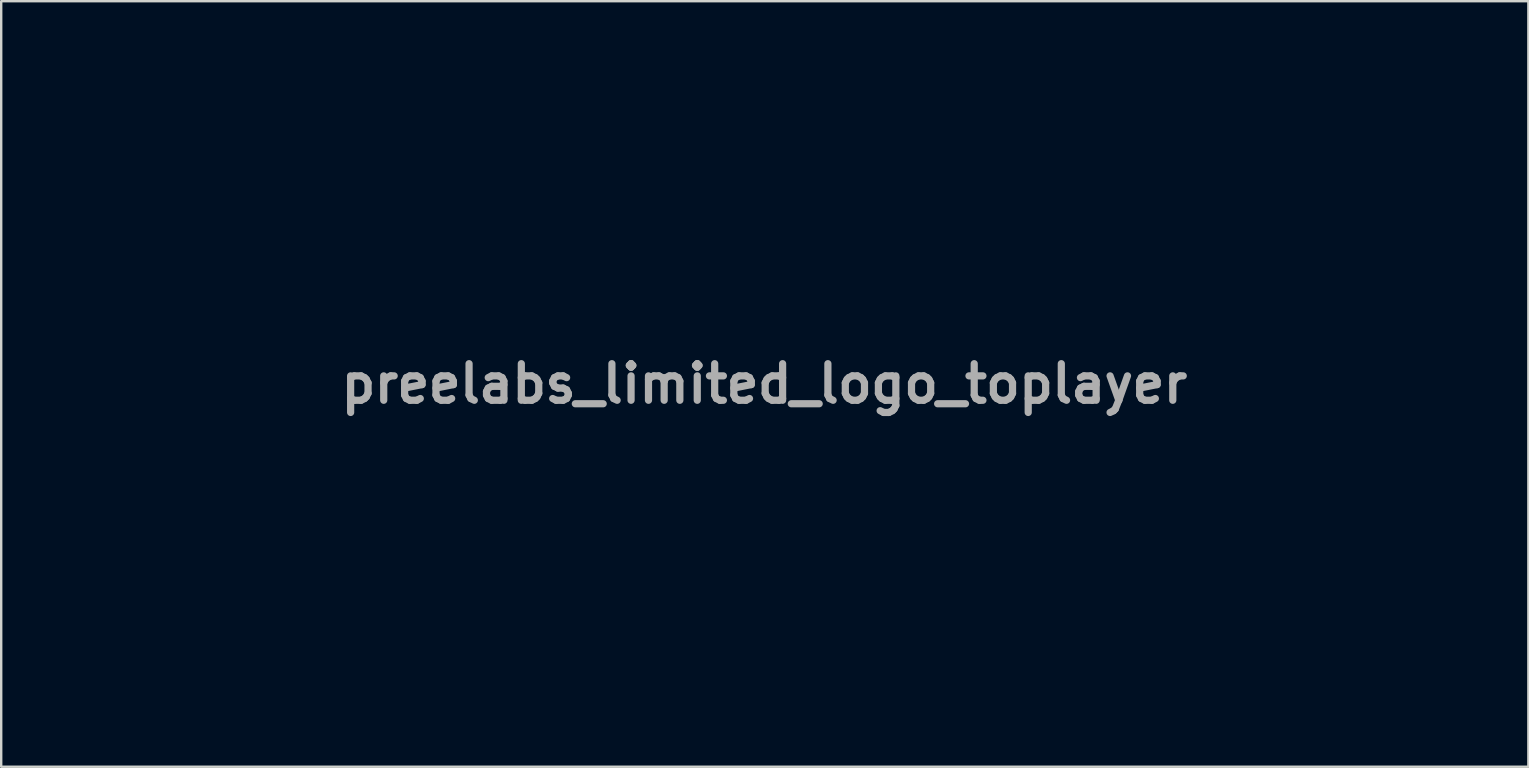
<source format=kicad_pcb>
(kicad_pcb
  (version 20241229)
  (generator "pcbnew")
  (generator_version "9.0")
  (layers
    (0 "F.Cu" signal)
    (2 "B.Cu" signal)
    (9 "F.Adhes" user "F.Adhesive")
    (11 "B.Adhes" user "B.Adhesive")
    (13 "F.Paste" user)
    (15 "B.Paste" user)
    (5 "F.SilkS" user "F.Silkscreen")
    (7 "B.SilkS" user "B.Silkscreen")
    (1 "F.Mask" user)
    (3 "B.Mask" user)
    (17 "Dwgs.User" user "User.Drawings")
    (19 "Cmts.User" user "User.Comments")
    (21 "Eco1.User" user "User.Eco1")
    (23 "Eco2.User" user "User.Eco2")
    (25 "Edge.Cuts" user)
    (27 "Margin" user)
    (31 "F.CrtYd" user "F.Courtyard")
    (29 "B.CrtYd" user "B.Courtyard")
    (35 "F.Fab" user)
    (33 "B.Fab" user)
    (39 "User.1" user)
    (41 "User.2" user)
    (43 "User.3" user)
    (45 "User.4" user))
  (footprint "preelabs_limited_logo_toplayer"
    (layer "F.Cu")
    (at 28.794 12.937)
    (property "Reference" "preelabs_limited_logo_toplayer" (at 0 0 0) (layer "F.Fab") (effects (font (size 1.524 1.524) (thickness 0.3))))
    (attr through_hole)
    (fp_poly (pts (xy -1.234 -6.723) (xy -1.221 -6.705) (xy -1 -6.295) (xy -0.87 -5.855) (xy -0.847 -5.612) (xy -0.875 -5.42) (xy -0.946 -5.161) (xy -1.043 -4.882) (xy -1.147 -4.631) (xy -1.241 -4.456) (xy -1.299 -4.403) (xy -1.366 -4.465) (xy -1.458 -4.593) (xy -1.696 -5.101) (xy -1.765 -5.626) (xy -1.666 -6.169) (xy -1.563 -6.428) (xy -1.442 -6.679) (xy -1.365 -6.797) (xy -1.304 -6.805) (xy -1.234 -6.723)) (stroke (width 0.01) (type solid)) (fill yes) (layer "F.Mask"))
    (fp_poly (pts (xy 18.8 10.521) (xy 18.836 10.585) (xy 18.86 10.729) (xy 18.874 10.977) (xy 18.88 11.352) (xy 18.881 11.72) (xy 18.878 12.209) (xy 18.869 12.553) (xy 18.852 12.775) (xy 18.823 12.899) (xy 18.78 12.949) (xy 18.754 12.954) (xy 18.651 12.88) (xy 18.624 12.742) (xy 18.616 12.061) (xy 18.614 11.53) (xy 18.62 11.133) (xy 18.634 10.851) (xy 18.657 10.666) (xy 18.691 10.561) (xy 18.737 10.517) (xy 18.747 10.514) (xy 18.8 10.521)) (stroke (width 0.01) (type solid)) (fill yes) (layer "F.Mask"))
    (fp_poly (pts (xy -3.271 -8.112) (xy -2.879 -7.945) (xy -2.579 -7.696) (xy -2.506 -7.594) (xy -2.495 -7.434) (xy -2.617 -7.255) (xy -2.836 -7.078) (xy -3.119 -6.925) (xy -3.435 -6.818) (xy -3.749 -6.777) (xy -3.768 -6.778) (xy -3.956 -6.808) (xy -4.207 -6.878) (xy -4.263 -6.897) (xy -4.541 -7.03) (xy -4.785 -7.203) (xy -4.95 -7.381) (xy -4.995 -7.5) (xy -4.924 -7.644) (xy -4.74 -7.816) (xy -4.49 -7.981) (xy -4.218 -8.106) (xy -4.135 -8.132) (xy -3.706 -8.179) (xy -3.271 -8.112)) (stroke (width 0.01) (type solid)) (fill yes) (layer "F.Mask"))
    (fp_poly (pts (xy 1.555 -8.112) (xy 1.947 -7.945) (xy 2.247 -7.696) (xy 2.32 -7.594) (xy 2.331 -7.434) (xy 2.209 -7.255) (xy 1.99 -7.078) (xy 1.707 -6.925) (xy 1.391 -6.818) (xy 1.077 -6.777) (xy 1.058 -6.778) (xy 0.87 -6.808) (xy 0.619 -6.878) (xy 0.563 -6.897) (xy 0.285 -7.03) (xy 0.041 -7.203) (xy -0.124 -7.381) (xy -0.169 -7.5) (xy -0.098 -7.644) (xy 0.086 -7.816) (xy 0.336 -7.981) (xy 0.608 -8.106) (xy 0.691 -8.132) (xy 1.12 -8.179) (xy 1.555 -8.112)) (stroke (width 0.01) (type solid)) (fill yes) (layer "F.Mask"))
    (fp_poly (pts (xy 16.834 10.508) (xy 16.882 10.556) (xy 16.911 10.668) (xy 16.927 10.874) (xy 16.932 11.2) (xy 16.933 11.553) (xy 16.933 12.608) (xy 17.546 12.633) (xy 17.874 12.653) (xy 18.067 12.687) (xy 18.161 12.744) (xy 18.187 12.806) (xy 18.184 12.875) (xy 18.124 12.918) (xy 17.976 12.942) (xy 17.712 12.952) (xy 17.405 12.954) (xy 16.595 12.954) (xy 16.595 11.726) (xy 16.596 11.248) (xy 16.602 10.913) (xy 16.616 10.696) (xy 16.642 10.572) (xy 16.683 10.515) (xy 16.743 10.499) (xy 16.764 10.499) (xy 16.834 10.508)) (stroke (width 0.01) (type solid)) (fill yes) (layer "F.Mask"))
    (fp_poly (pts (xy 22.503 10.507) (xy 22.549 10.55) (xy 22.579 10.652) (xy 22.596 10.84) (xy 22.604 11.139) (xy 22.606 11.574) (xy 22.606 11.726) (xy 22.605 12.205) (xy 22.599 12.54) (xy 22.585 12.757) (xy 22.559 12.881) (xy 22.518 12.938) (xy 22.458 12.954) (xy 22.437 12.954) (xy 22.371 12.945) (xy 22.324 12.903) (xy 22.295 12.8) (xy 22.277 12.613) (xy 22.27 12.314) (xy 22.267 11.879) (xy 22.267 11.726) (xy 22.269 11.248) (xy 22.274 10.913) (xy 22.289 10.696) (xy 22.314 10.572) (xy 22.356 10.515) (xy 22.416 10.499) (xy 22.437 10.499) (xy 22.503 10.507)) (stroke (width 0.01) (type solid)) (fill yes) (layer "F.Mask"))
    (fp_poly (pts (xy 24.261 10.501) (xy 24.508 10.512) (xy 24.647 10.538) (xy 24.708 10.585) (xy 24.723 10.659) (xy 24.723 10.668) (xy 24.694 10.779) (xy 24.579 10.828) (xy 24.384 10.837) (xy 24.045 10.837) (xy 24.045 11.896) (xy 24.044 12.335) (xy 24.036 12.632) (xy 24.018 12.815) (xy 23.985 12.912) (xy 23.933 12.949) (xy 23.876 12.954) (xy 23.806 12.944) (xy 23.758 12.897) (xy 23.729 12.785) (xy 23.713 12.58) (xy 23.708 12.255) (xy 23.707 11.896) (xy 23.707 10.837) (xy 23.368 10.837) (xy 23.146 10.823) (xy 23.049 10.766) (xy 23.029 10.668) (xy 23.041 10.591) (xy 23.096 10.542) (xy 23.226 10.514) (xy 23.46 10.502) (xy 23.831 10.499) (xy 23.876 10.499) (xy 24.261 10.501)) (stroke (width 0.01) (type solid)) (fill yes) (layer "F.Mask"))
    (fp_poly (pts (xy 25.845 10.517) (xy 26.225 10.534) (xy 26.463 10.56) (xy 26.588 10.6) (xy 26.627 10.661) (xy 26.628 10.668) (xy 26.589 10.738) (xy 26.454 10.783) (xy 26.194 10.811) (xy 26.014 10.82) (xy 25.4 10.845) (xy 25.4 11.599) (xy 25.908 11.599) (xy 26.206 11.61) (xy 26.365 11.646) (xy 26.416 11.715) (xy 26.416 11.722) (xy 26.364 11.8) (xy 26.19 11.847) (xy 25.929 11.87) (xy 25.442 11.896) (xy 25.416 12.255) (xy 25.39 12.615) (xy 25.974 12.615) (xy 26.323 12.622) (xy 26.53 12.648) (xy 26.622 12.702) (xy 26.626 12.794) (xy 26.613 12.835) (xy 26.543 12.896) (xy 26.374 12.933) (xy 26.079 12.951) (xy 25.814 12.954) (xy 25.061 12.954) (xy 25.061 10.492) (xy 25.845 10.517)) (stroke (width 0.01) (type solid)) (fill yes) (layer "F.Mask"))
    (fp_poly (pts (xy -16.679 1.194) (xy -16.663 1.372) (xy -16.598 1.416) (xy -16.531 1.396) (xy -16.079 1.216) (xy -15.725 1.096) (xy -15.417 1.024) (xy -15.101 0.989) (xy -14.723 0.978) (xy -14.647 0.977) (xy -14.222 0.984) (xy -13.91 1.014) (xy -13.654 1.075) (xy -13.405 1.173) (xy -13.131 1.313) (xy -12.905 1.458) (xy -12.817 1.535) (xy -12.756 1.614) (xy -12.744 1.693) (xy -12.797 1.798) (xy -12.931 1.957) (xy -13.162 2.196) (xy -13.291 2.326) (xy -13.572 2.606) (xy -13.763 2.78) (xy -13.891 2.866) (xy -13.983 2.882) (xy -14.068 2.845) (xy -14.088 2.831) (xy -14.294 2.755) (xy -14.616 2.715) (xy -14.772 2.711) (xy -15.341 2.789) (xy -15.831 3.014) (xy -16.231 3.381) (xy -16.38 3.591) (xy -16.637 4.008) (xy -16.662 6.449) (xy -16.687 8.89) (xy -18.455 8.89) (xy -18.5 2.159) (xy -19.458 2.074) (xy -18.776 0.931) (xy -16.679 0.931) (xy -16.679 1.194)) (stroke (width 0.01) (type solid)) (fill yes) (layer "F.Mask"))
    (fp_poly (pts (xy 27.728 10.512) (xy 28.07 10.537) (xy 28.295 10.579) (xy 28.453 10.654) (xy 28.595 10.776) (xy 28.709 10.903) (xy 28.778 11.033) (xy 28.813 11.212) (xy 28.826 11.486) (xy 28.828 11.725) (xy 28.824 12.081) (xy 28.805 12.314) (xy 28.759 12.469) (xy 28.675 12.592) (xy 28.597 12.674) (xy 28.442 12.805) (xy 28.266 12.881) (xy 28.013 12.922) (xy 27.793 12.938) (xy 27.495 12.945) (xy 27.266 12.933) (xy 27.157 12.905) (xy 27.134 12.802) (xy 27.115 12.561) (xy 27.101 12.216) (xy 27.094 11.8) (xy 27.093 11.661) (xy 27.093 10.837) (xy 27.432 10.837) (xy 27.432 12.615) (xy 27.807 12.615) (xy 28.106 12.582) (xy 28.306 12.491) (xy 28.315 12.482) (xy 28.389 12.352) (xy 28.432 12.125) (xy 28.448 11.769) (xy 28.448 11.681) (xy 28.436 11.296) (xy 28.384 11.049) (xy 28.267 10.91) (xy 28.063 10.85) (xy 27.776 10.837) (xy 27.432 10.837) (xy 27.093 10.837) (xy 27.093 10.48) (xy 27.728 10.512)) (stroke (width 0.01) (type solid)) (fill yes) (layer "F.Mask"))
    (fp_poly (pts (xy 19.809 10.55) (xy 19.928 10.715) (xy 20.078 11.012) (xy 20.188 11.261) (xy 20.333 11.585) (xy 20.458 11.84) (xy 20.546 11.994) (xy 20.575 12.023) (xy 20.633 11.95) (xy 20.738 11.755) (xy 20.873 11.47) (xy 20.965 11.262) (xy 21.146 10.869) (xy 21.288 10.624) (xy 21.4 10.511) (xy 21.442 10.5) (xy 21.5 10.513) (xy 21.54 10.571) (xy 21.567 10.699) (xy 21.582 10.922) (xy 21.588 11.264) (xy 21.59 11.733) (xy 21.588 12.214) (xy 21.582 12.55) (xy 21.567 12.766) (xy 21.541 12.886) (xy 21.501 12.936) (xy 21.444 12.939) (xy 21.442 12.938) (xy 21.368 12.899) (xy 21.318 12.792) (xy 21.283 12.587) (xy 21.257 12.251) (xy 21.251 12.156) (xy 21.209 11.402) (xy 20.955 12.009) (xy 20.821 12.296) (xy 20.696 12.509) (xy 20.603 12.611) (xy 20.59 12.615) (xy 20.504 12.544) (xy 20.376 12.354) (xy 20.229 12.082) (xy 20.191 12.002) (xy 19.903 11.388) (xy 19.9 12.171) (xy 19.896 12.539) (xy 19.882 12.769) (xy 19.852 12.894) (xy 19.798 12.945) (xy 19.727 12.954) (xy 19.661 12.945) (xy 19.615 12.903) (xy 19.585 12.8) (xy 19.568 12.613) (xy 19.56 12.314) (xy 19.558 11.879) (xy 19.558 11.726) (xy 19.56 11.246) (xy 19.566 10.91) (xy 19.582 10.692) (xy 19.608 10.568) (xy 19.65 10.512) (xy 19.709 10.499) (xy 19.71 10.499) (xy 19.809 10.55)) (stroke (width 0.01) (type solid)) (fill yes) (layer "F.Mask"))
    (fp_poly (pts (xy 28.744 0.889) (xy 28.792 2.709) (xy 27.312 2.709) (xy 26.702 2.713) (xy 26.239 2.728) (xy 25.899 2.758) (xy 25.66 2.809) (xy 25.498 2.883) (xy 25.391 2.987) (xy 25.325 3.104) (xy 25.241 3.358) (xy 25.274 3.559) (xy 25.39 3.734) (xy 25.495 3.835) (xy 25.64 3.903) (xy 25.867 3.948) (xy 26.217 3.983) (xy 26.26 3.986) (xy 26.848 4.068) (xy 27.321 4.225) (xy 27.727 4.476) (xy 27.98 4.702) (xy 28.306 5.079) (xy 28.515 5.461) (xy 28.625 5.898) (xy 28.658 6.435) (xy 28.614 7.038) (xy 28.47 7.533) (xy 28.21 7.958) (xy 27.911 8.271) (xy 27.67 8.477) (xy 27.443 8.636) (xy 27.203 8.753) (xy 26.921 8.837) (xy 26.571 8.893) (xy 26.125 8.929) (xy 25.555 8.95) (xy 25.082 8.96) (xy 23.368 8.99) (xy 23.368 7.027) (xy 24.934 7.027) (xy 25.489 7.026) (xy 25.9 7.021) (xy 26.193 7.009) (xy 26.392 6.989) (xy 26.522 6.957) (xy 26.61 6.911) (xy 26.67 6.858) (xy 26.817 6.606) (xy 26.808 6.322) (xy 26.681 6.088) (xy 26.57 5.984) (xy 26.413 5.915) (xy 26.168 5.868) (xy 25.85 5.835) (xy 25.206 5.728) (xy 24.671 5.519) (xy 24.209 5.194) (xy 24.144 5.134) (xy 23.782 4.69) (xy 23.53 4.162) (xy 23.399 3.594) (xy 23.4 3.028) (xy 23.484 2.661) (xy 23.563 2.426) (xy 23.613 2.269) (xy 23.622 2.233) (xy 23.546 2.215) (xy 23.355 2.193) (xy 23.243 2.185) (xy 22.865 2.159) (xy 23.253 1.502) (xy 23.641 0.844) (xy 28.744 0.889)) (stroke (width 0.01) (type solid)) (fill yes) (layer "F.Mask"))
    (fp_poly (pts (xy 16.492 0.487) (xy 16.504 0.866) (xy 16.518 1.173) (xy 16.533 1.375) (xy 16.545 1.439) (xy 16.631 1.407) (xy 16.825 1.323) (xy 17.029 1.232) (xy 17.773 0.982) (xy 18.543 0.889) (xy 19.314 0.947) (xy 20.063 1.15) (xy 20.763 1.494) (xy 21.391 1.974) (xy 21.633 2.22) (xy 22.106 2.866) (xy 22.433 3.574) (xy 22.614 4.321) (xy 22.65 5.085) (xy 22.542 5.844) (xy 22.29 6.574) (xy 21.895 7.255) (xy 21.47 7.754) (xy 20.86 8.256) (xy 20.171 8.631) (xy 19.433 8.87) (xy 18.677 8.962) (xy 18.034 8.916) (xy 17.375 8.74) (xy 16.721 8.445) (xy 16.124 8.06) (xy 15.63 7.613) (xy 15.513 7.475) (xy 15.175 6.958) (xy 14.891 6.351) (xy 14.694 5.73) (xy 14.651 5.516) (xy 14.623 5.243) (xy 14.605 4.892) (xy 16.512 4.892) (xy 16.561 5.441) (xy 16.726 5.899) (xy 17.025 6.313) (xy 17.086 6.378) (xy 17.567 6.769) (xy 18.095 6.999) (xy 18.659 7.065) (xy 19.248 6.966) (xy 19.469 6.887) (xy 19.948 6.619) (xy 20.326 6.236) (xy 20.53 5.916) (xy 20.738 5.376) (xy 20.792 4.832) (xy 20.707 4.308) (xy 20.496 3.826) (xy 20.173 3.41) (xy 19.751 3.081) (xy 19.245 2.862) (xy 18.669 2.777) (xy 18.627 2.777) (xy 18.048 2.848) (xy 17.54 3.069) (xy 17.156 3.37) (xy 16.798 3.798) (xy 16.589 4.269) (xy 16.513 4.823) (xy 16.512 4.892) (xy 14.605 4.892) (xy 14.601 4.815) (xy 14.586 4.245) (xy 14.578 3.548) (xy 14.578 2.736) (xy 14.581 2.244) (xy 14.605 -0.466) (xy 16.468 -0.466) (xy 16.492 0.487)) (stroke (width 0.01) (type solid)) (fill yes) (layer "F.Mask"))
    (fp_poly (pts (xy -0.638 1.087) (xy 0.066 1.366) (xy 0.33 1.519) (xy 0.826 1.903) (xy 1.283 2.379) (xy 1.647 2.887) (xy 1.735 3.046) (xy 1.959 3.49) (xy 1.152 4.826) (xy -0.017 4.826) (xy -0.44 4.823) (xy -0.794 4.815) (xy -1.05 4.803) (xy -1.177 4.788) (xy -1.185 4.783) (xy -1.143 4.697) (xy -1.03 4.502) (xy -0.865 4.23) (xy -0.751 4.047) (xy -0.535 3.689) (xy -0.417 3.437) (xy -0.401 3.258) (xy -0.49 3.119) (xy -0.686 2.986) (xy -0.849 2.9) (xy -1.175 2.772) (xy -1.546 2.717) (xy -1.775 2.711) (xy -2.401 2.786) (xy -2.94 3.005) (xy -3.386 3.364) (xy -3.734 3.86) (xy -3.761 3.913) (xy -3.928 4.404) (xy -3.984 4.946) (xy -3.928 5.475) (xy -3.818 5.808) (xy -3.586 6.185) (xy -3.258 6.551) (xy -2.896 6.84) (xy -2.779 6.908) (xy -2.433 7.026) (xy -1.997 7.088) (xy -1.543 7.091) (xy -1.144 7.028) (xy -0.804 6.877) (xy -0.442 6.63) (xy -0.117 6.334) (xy 0.113 6.036) (xy 0.132 6.002) (xy 0.258 5.757) (xy 2.12 5.757) (xy 2.065 5.99) (xy 1.88 6.491) (xy 1.574 7.018) (xy 1.181 7.529) (xy 0.735 7.983) (xy 0.269 8.337) (xy 0.056 8.456) (xy -0.642 8.718) (xy -1.385 8.861) (xy -2.125 8.878) (xy -2.801 8.768) (xy -3.491 8.498) (xy -4.139 8.094) (xy -4.711 7.585) (xy -5.17 7) (xy -5.352 6.675) (xy -5.634 5.911) (xy -5.757 5.118) (xy -5.723 4.321) (xy -5.532 3.544) (xy -5.244 2.915) (xy -5.003 2.567) (xy -4.673 2.19) (xy -4.301 1.83) (xy -3.933 1.533) (xy -3.679 1.375) (xy -2.949 1.09) (xy -2.178 0.948) (xy -1.397 0.948) (xy -0.638 1.087)) (stroke (width 0.01) (type solid)) (fill yes) (layer "F.Mask"))
    (fp_poly (pts (xy -9.225 0.976) (xy -8.629 1.107) (xy -8.34 1.217) (xy -7.608 1.632) (xy -7.003 2.147) (xy -6.613 2.631) (xy -6.386 2.983) (xy -6.256 3.246) (xy -6.222 3.468) (xy -6.281 3.697) (xy -6.431 3.982) (xy -6.559 4.191) (xy -6.955 4.826) (xy -8.139 4.826) (xy -8.623 4.823) (xy -8.958 4.812) (xy -9.162 4.792) (xy -9.255 4.76) (xy -9.261 4.72) (xy -9.19 4.604) (xy -9.054 4.384) (xy -8.876 4.097) (xy -8.787 3.955) (xy -8.612 3.656) (xy -8.488 3.406) (xy -8.43 3.243) (xy -8.432 3.205) (xy -8.535 3.122) (xy -8.741 3.003) (xy -8.922 2.913) (xy -9.488 2.735) (xy -10.068 2.706) (xy -10.629 2.822) (xy -11.136 3.077) (xy -11.416 3.308) (xy -11.782 3.778) (xy -12.002 4.288) (xy -12.085 4.816) (xy -12.041 5.34) (xy -11.877 5.835) (xy -11.605 6.28) (xy -11.233 6.652) (xy -10.77 6.927) (xy -10.227 7.083) (xy -9.864 7.109) (xy -9.352 7.045) (xy -8.862 6.868) (xy -8.434 6.601) (xy -8.106 6.268) (xy -7.959 6.012) (xy -7.853 5.757) (xy -6.932 5.757) (xy -6.49 5.76) (xy -6.2 5.786) (xy -6.049 5.856) (xy -6.02 5.997) (xy -6.097 6.23) (xy -6.265 6.581) (xy -6.318 6.685) (xy -6.749 7.368) (xy -7.292 7.936) (xy -7.926 8.381) (xy -8.631 8.693) (xy -9.387 8.864) (xy -10.172 8.883) (xy -10.913 8.756) (xy -11.646 8.476) (xy -12.296 8.063) (xy -12.852 7.538) (xy -13.3 6.921) (xy -13.626 6.234) (xy -13.818 5.496) (xy -13.861 4.728) (xy -13.807 4.235) (xy -13.583 3.443) (xy -13.215 2.729) (xy -12.715 2.109) (xy -12.097 1.596) (xy -11.373 1.206) (xy -11.087 1.098) (xy -10.516 0.969) (xy -9.875 0.929) (xy -9.225 0.976)) (stroke (width 0.01) (type solid)) (fill yes) (layer "F.Mask"))
    (fp_poly (pts (xy -25.993 1.185) (xy -25.977 1.364) (xy -25.938 1.439) (xy -25.938 1.439) (xy -25.838 1.405) (xy -25.634 1.315) (xy -25.413 1.21) (xy -25.124 1.086) (xy -24.834 1.009) (xy -24.48 0.965) (xy -24.177 0.947) (xy -23.434 0.951) (xy -22.787 1.039) (xy -22.183 1.223) (xy -21.787 1.398) (xy -21.143 1.803) (xy -20.621 2.323) (xy -20.224 2.949) (xy -19.958 3.673) (xy -19.827 4.488) (xy -19.814 4.868) (xy -19.889 5.723) (xy -20.112 6.499) (xy -20.476 7.189) (xy -20.979 7.785) (xy -21.614 8.28) (xy -22.074 8.533) (xy -22.373 8.672) (xy -22.608 8.763) (xy -22.83 8.815) (xy -23.093 8.84) (xy -23.448 8.847) (xy -23.664 8.848) (xy -24.596 8.848) (xy -25.258 8.488) (xy -25.557 8.328) (xy -25.794 8.205) (xy -25.935 8.136) (xy -25.957 8.128) (xy -25.968 8.208) (xy -25.978 8.432) (xy -25.985 8.773) (xy -25.991 9.205) (xy -25.993 9.703) (xy -25.993 9.737) (xy -25.993 11.345) (xy -27.771 11.345) (xy -27.771 4.765) (xy -25.971 4.765) (xy -25.916 5.318) (xy -25.702 5.859) (xy -25.385 6.305) (xy -24.916 6.727) (xy -24.396 6.998) (xy -23.845 7.114) (xy -23.279 7.07) (xy -22.818 6.91) (xy -22.306 6.582) (xy -21.924 6.148) (xy -21.677 5.618) (xy -21.57 5.002) (xy -21.567 4.814) (xy -21.647 4.188) (xy -21.861 3.657) (xy -22.2 3.234) (xy -22.651 2.928) (xy -23.204 2.751) (xy -23.686 2.709) (xy -24.245 2.756) (xy -24.71 2.91) (xy -25.131 3.186) (xy -25.197 3.243) (xy -25.61 3.706) (xy -25.869 4.221) (xy -25.971 4.765) (xy -27.771 4.765) (xy -27.771 2.201) (xy -28.046 2.192) (xy -28.326 2.185) (xy -28.555 2.181) (xy -28.789 2.179) (xy -28.56 1.788) (xy -28.4 1.513) (xy -28.253 1.259) (xy -28.199 1.165) (xy -28.067 0.932) (xy -25.993 0.931) (xy -25.993 1.185)) (stroke (width 0.01) (type solid)) (fill yes) (layer "F.Mask"))
    (fp_poly (pts (xy -2.069 11.261) (xy -0.069 11.261) (xy 1.775 11.262) (xy 3.469 11.262) (xy 5.018 11.264) (xy 6.428 11.265) (xy 7.707 11.267) (xy 8.861 11.269) (xy 9.895 11.272) (xy 10.815 11.276) (xy 11.629 11.279) (xy 12.342 11.284) (xy 12.961 11.289) (xy 13.491 11.295) (xy 13.939 11.302) (xy 14.312 11.309) (xy 14.615 11.317) (xy 14.855 11.326) (xy 15.038 11.336) (xy 15.17 11.347) (xy 15.258 11.359) (xy 15.307 11.372) (xy 15.324 11.386) (xy 15.325 11.388) (xy 15.311 11.402) (xy 15.266 11.415) (xy 15.184 11.427) (xy 15.058 11.438) (xy 14.882 11.448) (xy 14.65 11.457) (xy 14.355 11.465) (xy 13.992 11.473) (xy 13.554 11.479) (xy 13.034 11.485) (xy 12.428 11.491) (xy 11.727 11.495) (xy 10.927 11.499) (xy 10.021 11.503) (xy 9.002 11.506) (xy 7.864 11.508) (xy 6.602 11.51) (xy 5.209 11.512) (xy 3.678 11.513) (xy 2.004 11.514) (xy 0.18 11.514) (xy -1.8 11.515) (xy -3.942 11.515) (xy -4.233 11.515) (xy -6.397 11.515) (xy -8.398 11.514) (xy -10.242 11.514) (xy -11.935 11.513) (xy -13.484 11.512) (xy -14.895 11.51) (xy -16.174 11.508) (xy -17.327 11.506) (xy -18.361 11.503) (xy -19.282 11.5) (xy -20.096 11.496) (xy -20.809 11.491) (xy -21.427 11.486) (xy -21.958 11.48) (xy -22.406 11.474) (xy -22.779 11.466) (xy -23.082 11.458) (xy -23.322 11.449) (xy -23.505 11.439) (xy -23.637 11.428) (xy -23.725 11.416) (xy -23.774 11.403) (xy -23.791 11.39) (xy -23.791 11.388) (xy -23.778 11.374) (xy -23.733 11.361) (xy -23.651 11.349) (xy -23.525 11.338) (xy -23.349 11.328) (xy -23.117 11.318) (xy -22.822 11.31) (xy -22.459 11.303) (xy -22.021 11.296) (xy -21.501 11.29) (xy -20.894 11.285) (xy -20.194 11.28) (xy -19.394 11.276) (xy -18.487 11.273) (xy -17.468 11.27) (xy -16.331 11.267) (xy -15.069 11.265) (xy -13.675 11.264) (xy -12.145 11.263) (xy -10.471 11.262) (xy -8.647 11.261) (xy -6.667 11.261) (xy -4.524 11.261) (xy -4.233 11.261) (xy -2.069 11.261)) (stroke (width 0.01) (type solid)) (fill yes) (layer "F.Mask"))
    (fp_poly (pts (xy 4.151 2.307) (xy 4.152 3.153) (xy 4.154 3.846) (xy 4.159 4.405) (xy 4.166 4.846) (xy 4.177 5.187) (xy 4.193 5.444) (xy 4.214 5.636) (xy 4.241 5.779) (xy 4.274 5.891) (xy 4.308 5.974) (xy 4.539 6.328) (xy 4.874 6.66) (xy 5.254 6.915) (xy 5.491 7.014) (xy 5.749 7.07) (xy 6.037 7.102) (xy 6.307 7.109) (xy 6.512 7.09) (xy 6.603 7.044) (xy 6.604 7.038) (xy 6.571 6.926) (xy 6.486 6.712) (xy 6.395 6.506) (xy 6.146 5.772) (xy 6.054 5.027) (xy 6.056 4.992) (xy 7.951 4.992) (xy 8.054 5.552) (xy 8.135 5.757) (xy 8.455 6.281) (xy 8.873 6.677) (xy 9.363 6.937) (xy 9.905 7.054) (xy 10.474 7.019) (xy 11.049 6.825) (xy 11.131 6.784) (xy 11.6 6.453) (xy 11.939 6.042) (xy 12.153 5.575) (xy 12.245 5.077) (xy 12.22 4.571) (xy 12.08 4.082) (xy 11.83 3.634) (xy 11.474 3.252) (xy 11.015 2.959) (xy 10.486 2.785) (xy 9.911 2.745) (xy 9.379 2.867) (xy 8.885 3.153) (xy 8.592 3.415) (xy 8.224 3.901) (xy 8.009 4.434) (xy 7.951 4.992) (xy 6.056 4.992) (xy 6.107 4.288) (xy 6.296 3.575) (xy 6.611 2.907) (xy 7.041 2.301) (xy 7.576 1.777) (xy 8.205 1.354) (xy 8.919 1.049) (xy 9.463 0.917) (xy 10.234 0.868) (xy 10.997 0.975) (xy 11.726 1.227) (xy 12.399 1.61) (xy 12.992 2.114) (xy 13.479 2.726) (xy 13.657 3.033) (xy 13.792 3.306) (xy 13.9 3.567) (xy 13.983 3.839) (xy 14.044 4.145) (xy 14.088 4.509) (xy 14.116 4.955) (xy 14.131 5.507) (xy 14.138 6.188) (xy 14.139 6.735) (xy 14.139 8.975) (xy 12.277 8.975) (xy 12.277 8.678) (xy 12.269 8.482) (xy 12.249 8.385) (xy 12.245 8.382) (xy 12.157 8.414) (xy 11.961 8.498) (xy 11.758 8.59) (xy 11.107 8.815) (xy 10.407 8.933) (xy 9.726 8.934) (xy 9.518 8.907) (xy 8.933 8.757) (xy 8.325 8.511) (xy 7.766 8.202) (xy 7.477 7.992) (xy 7.112 7.693) (xy 7.112 8.975) (xy 6.287 8.966) (xy 5.887 8.954) (xy 5.513 8.93) (xy 5.223 8.897) (xy 5.133 8.881) (xy 4.454 8.638) (xy 3.824 8.254) (xy 3.27 7.753) (xy 2.819 7.163) (xy 2.501 6.509) (xy 2.456 6.375) (xy 2.409 6.21) (xy 2.371 6.041) (xy 2.342 5.846) (xy 2.32 5.606) (xy 2.305 5.298) (xy 2.295 4.903) (xy 2.289 4.398) (xy 2.287 3.764) (xy 2.286 3.085) (xy 2.286 0.346) (xy 1.743 0.321) (xy 1.199 0.296) (xy 1.989 -1.016) (xy 4.149 -1.016) (xy 4.151 2.307)) (stroke (width 0.01) (type solid)) (fill yes) (layer "F.Mask"))
    (fp_poly (pts (xy 3.78 -12.928) (xy 3.771 -12.836) (xy 3.717 -12.625) (xy 3.628 -12.334) (xy 3.592 -12.224) (xy 3.446 -11.661) (xy 3.407 -11.118) (xy 3.475 -10.547) (xy 3.654 -9.9) (xy 3.678 -9.83) (xy 3.977 -8.76) (xy 4.129 -7.728) (xy 4.133 -6.746) (xy 3.987 -5.829) (xy 3.981 -5.807) (xy 3.685 -4.961) (xy 3.259 -4.221) (xy 2.708 -3.592) (xy 2.038 -3.078) (xy 1.254 -2.683) (xy 0.36 -2.411) (xy -0.366 -2.292) (xy -0.872 -2.241) (xy -1.277 -2.218) (xy -1.647 -2.223) (xy -2.049 -2.255) (xy -2.413 -2.298) (xy -3.363 -2.492) (xy -4.211 -2.818) (xy -4.951 -3.27) (xy -5.578 -3.845) (xy -6.087 -4.538) (xy -6.472 -5.344) (xy -6.654 -5.927) (xy -6.741 -6.46) (xy -6.769 -7.097) (xy -6.745 -7.668) (xy -5.925 -7.668) (xy -5.856 -6.722) (xy -5.655 -5.881) (xy -5.321 -5.144) (xy -4.856 -4.513) (xy -4.261 -3.989) (xy -3.535 -3.573) (xy -3.2 -3.434) (xy -2.333 -3.186) (xy -1.46 -3.094) (xy -0.558 -3.158) (xy 0.167 -3.312) (xy 0.977 -3.6) (xy 1.664 -4.001) (xy 2.232 -4.519) (xy 2.686 -5.159) (xy 3.03 -5.927) (xy 3.182 -6.434) (xy 3.256 -6.86) (xy 3.289 -7.364) (xy 3.283 -7.893) (xy 3.241 -8.395) (xy 3.164 -8.817) (xy 3.099 -9.017) (xy 2.812 -9.486) (xy 2.405 -9.865) (xy 1.91 -10.138) (xy 1.358 -10.291) (xy 0.781 -10.311) (xy 0.423 -10.248) (xy -0.006 -10.077) (xy -0.45 -9.803) (xy -0.844 -9.47) (xy -1.048 -9.236) (xy -1.292 -8.904) (xy -1.746 -9.394) (xy -2.213 -9.824) (xy -2.692 -10.104) (xy -3.221 -10.249) (xy -3.683 -10.281) (xy -4.298 -10.215) (xy -4.821 -10.012) (xy -5.274 -9.665) (xy -5.366 -9.567) (xy -5.656 -9.133) (xy -5.84 -8.586) (xy -5.921 -7.914) (xy -5.925 -7.668) (xy -6.745 -7.668) (xy -6.74 -7.785) (xy -6.657 -8.468) (xy -6.523 -9.095) (xy -6.484 -9.229) (xy -6.289 -9.89) (xy -6.153 -10.426) (xy -6.074 -10.865) (xy -6.044 -11.237) (xy -6.061 -11.573) (xy -6.089 -11.755) (xy -6.17 -12.103) (xy -6.276 -12.437) (xy -6.356 -12.627) (xy -6.447 -12.834) (xy -6.439 -12.931) (xy -6.316 -12.928) (xy -6.06 -12.835) (xy -6.03 -12.823) (xy -5.568 -12.538) (xy -5.168 -12.099) (xy -5.022 -11.874) (xy -4.886 -11.666) (xy -4.776 -11.536) (xy -4.739 -11.515) (xy -4.636 -11.555) (xy -4.432 -11.661) (xy -4.176 -11.806) (xy -3.844 -11.981) (xy -3.435 -12.166) (xy -3.033 -12.323) (xy -3.006 -12.333) (xy -2.683 -12.438) (xy -2.402 -12.506) (xy -2.109 -12.546) (xy -1.75 -12.564) (xy -1.312 -12.568) (xy -0.846 -12.563) (xy -0.495 -12.544) (xy -0.206 -12.503) (xy 0.073 -12.433) (xy 0.374 -12.334) (xy 0.772 -12.179) (xy 1.186 -11.993) (xy 1.528 -11.815) (xy 1.542 -11.807) (xy 1.803 -11.66) (xy 2.009 -11.555) (xy 2.113 -11.515) (xy 2.194 -11.581) (xy 2.321 -11.752) (xy 2.397 -11.874) (xy 2.581 -12.147) (xy 2.786 -12.397) (xy 2.85 -12.463) (xy 3.036 -12.608) (xy 3.271 -12.75) (xy 3.506 -12.867) (xy 3.694 -12.932) (xy 3.78 -12.928)) (stroke (width 0.01) (type solid)) (fill yes) (layer "F.Mask")))
  (gr_rect
    (start -3 -3)
    (end 60.627 28.896)
    (stroke (width 0.1) (type default))
    (fill no)
    (layer "Edge.Cuts")))
</source>
